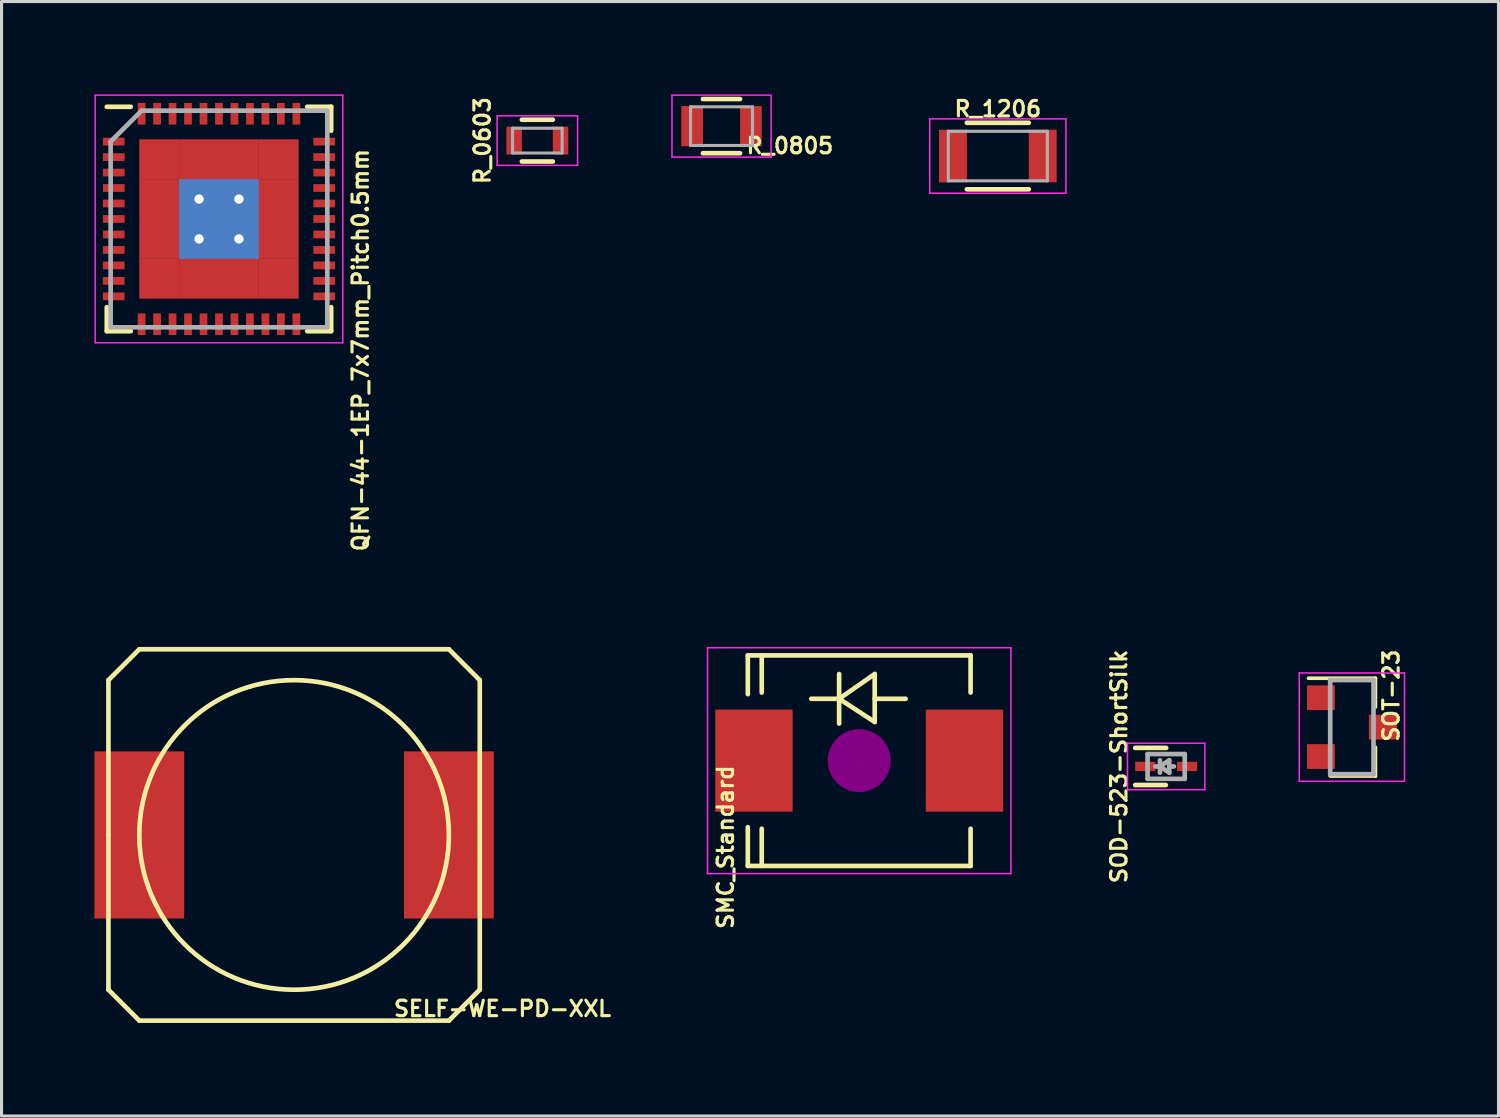
<source format=kicad_pcb>
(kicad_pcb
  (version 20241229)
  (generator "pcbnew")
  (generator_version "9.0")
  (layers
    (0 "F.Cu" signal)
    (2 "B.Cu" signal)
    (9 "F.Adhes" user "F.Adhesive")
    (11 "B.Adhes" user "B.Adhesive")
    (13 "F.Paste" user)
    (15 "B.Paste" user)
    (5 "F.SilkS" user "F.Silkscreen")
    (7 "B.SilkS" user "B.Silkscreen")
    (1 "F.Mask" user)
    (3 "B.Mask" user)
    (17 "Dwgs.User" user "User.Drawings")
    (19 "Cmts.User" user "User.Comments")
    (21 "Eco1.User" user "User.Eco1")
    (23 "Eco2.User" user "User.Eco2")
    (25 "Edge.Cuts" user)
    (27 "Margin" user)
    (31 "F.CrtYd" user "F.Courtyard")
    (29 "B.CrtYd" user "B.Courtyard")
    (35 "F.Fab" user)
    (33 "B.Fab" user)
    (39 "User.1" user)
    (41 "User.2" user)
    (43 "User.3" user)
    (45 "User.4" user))
  (footprint "SOT-23"
    (layer "F.Cu")
    (at 40.627 20.443)
    (property "Reference" "SOT-23" (at 1.27 -1.016 90) (layer "F.SilkS") (effects (font (size 0.5 0.5) (thickness 0.1))))
    (attr smd)
    (fp_line (start 0.76 -1.58) (end -1.4 -1.58) (stroke (width 0.12) (type solid)) (layer "F.SilkS"))
    (fp_line (start 0.76 -1.58) (end 0.76 -0.65) (stroke (width 0.12) (type solid)) (layer "F.SilkS"))
    (fp_line (start 0.76 1.58) (end -0.7 1.58) (stroke (width 0.12) (type solid)) (layer "F.SilkS"))
    (fp_line (start 0.76 1.58) (end 0.76 0.65) (stroke (width 0.12) (type solid)) (layer "F.SilkS"))
    (fp_line (start -1.7 -1.75) (end 1.7 -1.75) (stroke (width 0.05) (type solid)) (layer "F.CrtYd"))
    (fp_line (start -1.7 1.75) (end -1.7 -1.75) (stroke (width 0.05) (type solid)) (layer "F.CrtYd"))
    (fp_line (start 1.7 -1.75) (end 1.7 1.75) (stroke (width 0.05) (type solid)) (layer "F.CrtYd"))
    (fp_line (start 1.7 1.75) (end -1.7 1.75) (stroke (width 0.05) (type solid)) (layer "F.CrtYd"))
    (fp_line (start -0.7 -1.52) (end -0.7 1.52) (stroke (width 0.15) (type solid)) (layer "F.Fab"))
    (fp_line (start -0.7 -1.52) (end 0.7 -1.52) (stroke (width 0.15) (type solid)) (layer "F.Fab"))
    (fp_line (start -0.7 1.52) (end 0.7 1.52) (stroke (width 0.15) (type solid)) (layer "F.Fab"))
    (fp_line (start 0.7 -1.52) (end 0.7 1.52) (stroke (width 0.15) (type solid)) (layer "F.Fab"))
    (pad "1" smd rect (at -1 -0.95) (size 0.9 0.8) (layers "F.Cu" "F.Mask" "F.Paste"))
    (pad "2" smd rect (at -1 0.95) (size 0.9 0.8) (layers "F.Cu" "F.Mask" "F.Paste"))
    (pad "3" smd rect (at 1 0) (size 0.9 0.8) (layers "F.Cu" "F.Mask" "F.Paste")))
  (footprint "SELF-WE-PD-XXL"
    (layer "F.Cu")
    (at 6.452 23.926)
    (property "Reference" "SELF-WE-PD-XXL" (at 6.734 5.612 0) (layer "F.SilkS") (effects (font (size 0.5 0.5) (thickness 0.1))))
    (attr smd)
    (fp_line (start -5.999 -5.001) (end -5.001 -5.999) (stroke (width 0.15) (type solid)) (layer "F.SilkS"))
    (fp_line (start -5.999 0) (end -5.999 -5.001) (stroke (width 0.15) (type solid)) (layer "F.SilkS"))
    (fp_line (start -5.999 5.001) (end -5.999 0) (stroke (width 0.15) (type solid)) (layer "F.SilkS"))
    (fp_line (start -5.001 -5.999) (end 5.001 -5.999) (stroke (width 0.15) (type solid)) (layer "F.SilkS"))
    (fp_line (start -5.001 5.999) (end -5.999 5.001) (stroke (width 0.15) (type solid)) (layer "F.SilkS"))
    (fp_line (start 5.001 -5.999) (end 5.999 -5.001) (stroke (width 0.15) (type solid)) (layer "F.SilkS"))
    (fp_line (start 5.001 5.999) (end -5.001 5.999) (stroke (width 0.15) (type solid)) (layer "F.SilkS"))
    (fp_line (start 5.999 -5.001) (end 5.999 5.001) (stroke (width 0.15) (type solid)) (layer "F.SilkS"))
    (fp_line (start 5.999 5.001) (end 5.001 5.999) (stroke (width 0.15) (type solid)) (layer "F.SilkS"))
    (fp_circle (center 0 0) (end 0 -5.001) (stroke (width 0.15) (type solid)) (fill no) (layer "F.SilkS"))
    (fp_text user "" (at 0 0 0) (layer "F.SilkS") (effects (font (size 0.5 0.5) (thickness 0.1))))
    (pad "1" smd rect (at -5.001 0) (size 2.901 5.4) (layers "F.Cu" "F.Mask" "F.Paste"))
    (pad "2" smd rect (at 5.001 0) (size 2.901 5.4) (layers "F.Cu" "F.Mask" "F.Paste")))
  (footprint "SMC_Standard"
    (layer "F.Cu")
    (at 24.71 21.526)
    (property "Reference" "SMC_Standard" (at -4.318 2.794 90) (layer "F.SilkS") (effects (font (size 0.5 0.5) (thickness 0.1))))
    (attr smd)
    (fp_line (start -3.599 -3.401) (end -3.599 -2.149) (stroke (width 0.15) (type solid)) (layer "F.SilkS"))
    (fp_line (start -3.599 -3.401) (end 3.599 -3.401) (stroke (width 0.15) (type solid)) (layer "F.SilkS"))
    (fp_line (start -3.599 3.401) (end -3.599 2.149) (stroke (width 0.15) (type solid)) (layer "F.SilkS"))
    (fp_line (start -3.599 3.401) (end 3.599 3.401) (stroke (width 0.15) (type solid)) (layer "F.SilkS"))
    (fp_line (start -3.149 -3.401) (end -3.149 -2.2) (stroke (width 0.15) (type solid)) (layer "F.SilkS"))
    (fp_line (start -3.149 3.401) (end -3.149 2.2) (stroke (width 0.15) (type solid)) (layer "F.SilkS"))
    (fp_line (start -0.649 -2.799) (end -0.649 -1.199) (stroke (width 0.15) (type solid)) (layer "F.SilkS"))
    (fp_line (start -0.649 -1.999) (end -1.551 -1.999) (stroke (width 0.15) (type solid)) (layer "F.SilkS"))
    (fp_line (start -0.649 -1.999) (end 0.501 -2.799) (stroke (width 0.15) (type solid)) (layer "F.SilkS"))
    (fp_line (start -0.649 -1.999) (end 0.501 -1.25) (stroke (width 0.15) (type solid)) (layer "F.SilkS"))
    (fp_line (start 0.501 -1.999) (end 1.499 -1.999) (stroke (width 0.15) (type solid)) (layer "F.SilkS"))
    (fp_line (start 0.501 -1.25) (end 0.501 -2.799) (stroke (width 0.15) (type solid)) (layer "F.SilkS"))
    (fp_line (start 3.599 -3.401) (end 3.599 -2.2) (stroke (width 0.15) (type solid)) (layer "F.SilkS"))
    (fp_line (start 3.599 3.401) (end 3.599 2.2) (stroke (width 0.15) (type solid)) (layer "F.SilkS"))
    (fp_circle (center 0 0) (end 0.15 0.15) (stroke (width 0.381) (type solid)) (fill no) (layer "F.Adhes"))
    (fp_circle (center 0 0) (end 0.45 0.201) (stroke (width 0.381) (type solid)) (fill no) (layer "F.Adhes"))
    (fp_circle (center 0 0) (end 0.749 0.351) (stroke (width 0.381) (type solid)) (fill no) (layer "F.Adhes"))
    (fp_line (start -4.9 -3.65) (end 4.9 -3.65) (stroke (width 0.05) (type solid)) (layer "F.CrtYd"))
    (fp_line (start -4.9 3.65) (end -4.9 -3.65) (stroke (width 0.05) (type solid)) (layer "F.CrtYd"))
    (fp_line (start 4.9 -3.65) (end 4.9 3.65) (stroke (width 0.05) (type solid)) (layer "F.CrtYd"))
    (fp_line (start 4.9 3.65) (end -4.9 3.65) (stroke (width 0.05) (type solid)) (layer "F.CrtYd"))
    (pad "1" smd rect (at -3.401 0 90) (size 3.299 2.499) (layers "F.Cu" "F.Mask" "F.Paste"))
    (pad "2" smd rect (at 3.401 0 90) (size 3.299 2.499) (layers "F.Cu" "F.Mask" "F.Paste")))
  (footprint "R_0603"
    (layer "F.Cu")
    (at 14.311 1.493)
    (property "Reference" "R_0603" (at -1.778 0 270) (layer "F.SilkS") (effects (font (size 0.5 0.5) (thickness 0.1))))
    (attr smd)
    (fp_line (start -0.5 -0.675) (end 0.5 -0.675) (stroke (width 0.15) (type solid)) (layer "F.SilkS"))
    (fp_line (start 0.5 0.675) (end -0.5 0.675) (stroke (width 0.15) (type solid)) (layer "F.SilkS"))
    (fp_line (start -1.3 -0.8) (end -1.3 0.8) (stroke (width 0.05) (type solid)) (layer "F.CrtYd"))
    (fp_line (start -1.3 -0.8) (end 1.3 -0.8) (stroke (width 0.05) (type solid)) (layer "F.CrtYd"))
    (fp_line (start -1.3 0.8) (end 1.3 0.8) (stroke (width 0.05) (type solid)) (layer "F.CrtYd"))
    (fp_line (start 1.3 -0.8) (end 1.3 0.8) (stroke (width 0.05) (type solid)) (layer "F.CrtYd"))
    (fp_line (start -0.8 -0.4) (end 0.8 -0.4) (stroke (width 0.1) (type solid)) (layer "F.Fab"))
    (fp_line (start -0.8 0.4) (end -0.8 -0.4) (stroke (width 0.1) (type solid)) (layer "F.Fab"))
    (fp_line (start 0.8 -0.4) (end 0.8 0.4) (stroke (width 0.1) (type solid)) (layer "F.Fab"))
    (fp_line (start 0.8 0.4) (end -0.8 0.4) (stroke (width 0.1) (type solid)) (layer "F.Fab"))
    (pad "1" smd rect (at -0.75 0) (size 0.5 0.9) (layers "F.Cu" "F.Mask" "F.Paste"))
    (pad "2" smd rect (at 0.75 0) (size 0.5 0.9) (layers "F.Cu" "F.Mask" "F.Paste")))
  (footprint "R_1206"
    (layer "F.Cu")
    (at 29.189 1.992)
    (property "Reference" "R_1206" (at 0 -1.524 0) (layer "F.SilkS") (effects (font (size 0.5 0.5) (thickness 0.1))))
    (attr smd)
    (fp_line (start -1 -1.075) (end 1 -1.075) (stroke (width 0.15) (type solid)) (layer "F.SilkS"))
    (fp_line (start 1 1.075) (end -1 1.075) (stroke (width 0.15) (type solid)) (layer "F.SilkS"))
    (fp_line (start -2.2 -1.2) (end -2.2 1.2) (stroke (width 0.05) (type solid)) (layer "F.CrtYd"))
    (fp_line (start -2.2 -1.2) (end 2.2 -1.2) (stroke (width 0.05) (type solid)) (layer "F.CrtYd"))
    (fp_line (start -2.2 1.2) (end 2.2 1.2) (stroke (width 0.05) (type solid)) (layer "F.CrtYd"))
    (fp_line (start 2.2 -1.2) (end 2.2 1.2) (stroke (width 0.05) (type solid)) (layer "F.CrtYd"))
    (fp_line (start -1.6 -0.8) (end 1.6 -0.8) (stroke (width 0.1) (type solid)) (layer "F.Fab"))
    (fp_line (start -1.6 0.8) (end -1.6 -0.8) (stroke (width 0.1) (type solid)) (layer "F.Fab"))
    (fp_line (start 1.6 -0.8) (end 1.6 0.8) (stroke (width 0.1) (type solid)) (layer "F.Fab"))
    (fp_line (start 1.6 0.8) (end -1.6 0.8) (stroke (width 0.1) (type solid)) (layer "F.Fab"))
    (pad "1" smd rect (at -1.45 0) (size 0.9 1.7) (layers "F.Cu" "F.Mask" "F.Paste"))
    (pad "2" smd rect (at 1.45 0) (size 0.9 1.7) (layers "F.Cu" "F.Mask" "F.Paste")))
  (footprint "R_0805"
    (layer "F.Cu")
    (at 20.261 1.025)
    (property "Reference" "R_0805" (at 2.21 0.635 180) (layer "F.SilkS") (effects (font (size 0.5 0.5) (thickness 0.1))))
    (attr smd)
    (fp_line (start -0.6 -0.875) (end 0.6 -0.875) (stroke (width 0.15) (type solid)) (layer "F.SilkS"))
    (fp_line (start 0.6 0.875) (end -0.6 0.875) (stroke (width 0.15) (type solid)) (layer "F.SilkS"))
    (fp_line (start -1.6 -1) (end -1.6 1) (stroke (width 0.05) (type solid)) (layer "F.CrtYd"))
    (fp_line (start -1.6 -1) (end 1.6 -1) (stroke (width 0.05) (type solid)) (layer "F.CrtYd"))
    (fp_line (start -1.6 1) (end 1.6 1) (stroke (width 0.05) (type solid)) (layer "F.CrtYd"))
    (fp_line (start 1.6 -1) (end 1.6 1) (stroke (width 0.05) (type solid)) (layer "F.CrtYd"))
    (fp_line (start -1 -0.625) (end 1 -0.625) (stroke (width 0.1) (type solid)) (layer "F.Fab"))
    (fp_line (start -1 0.625) (end -1 -0.625) (stroke (width 0.1) (type solid)) (layer "F.Fab"))
    (fp_line (start 1 -0.625) (end 1 0.625) (stroke (width 0.1) (type solid)) (layer "F.Fab"))
    (fp_line (start 1 0.625) (end -1 0.625) (stroke (width 0.1) (type solid)) (layer "F.Fab"))
    (pad "1" smd rect (at -0.95 0) (size 0.7 1.3) (layers "F.Cu" "F.Mask" "F.Paste"))
    (pad "2" smd rect (at 0.95 0) (size 0.7 1.3) (layers "F.Cu" "F.Mask" "F.Paste")))
  (footprint "QFN-44-1EP_7x7mm_Pitch0.5mm"
    (layer "F.Cu")
    (at 4.025 4.025)
    (property "Reference" "QFN-44-1EP_7x7mm_Pitch0.5mm" (at 4.572 4.238 90) (layer "F.SilkS") (effects (font (size 0.5 0.5) (thickness 0.1))))
    (attr smd)
    (fp_line (start -3.625 -3.625) (end -2.85 -3.625) (stroke (width 0.15) (type solid)) (layer "F.SilkS"))
    (fp_line (start -3.625 3.625) (end -3.625 2.85) (stroke (width 0.15) (type solid)) (layer "F.SilkS"))
    (fp_line (start -3.625 3.625) (end -2.85 3.625) (stroke (width 0.15) (type solid)) (layer "F.SilkS"))
    (fp_line (start 3.625 -3.625) (end 2.85 -3.625) (stroke (width 0.15) (type solid)) (layer "F.SilkS"))
    (fp_line (start 3.625 -3.625) (end 3.625 -2.85) (stroke (width 0.15) (type solid)) (layer "F.SilkS"))
    (fp_line (start 3.625 3.625) (end 2.85 3.625) (stroke (width 0.15) (type solid)) (layer "F.SilkS"))
    (fp_line (start 3.625 3.625) (end 3.625 2.85) (stroke (width 0.15) (type solid)) (layer "F.SilkS"))
    (fp_line (start -4 -4) (end -4 4) (stroke (width 0.05) (type solid)) (layer "F.CrtYd"))
    (fp_line (start -4 -4) (end 4 -4) (stroke (width 0.05) (type solid)) (layer "F.CrtYd"))
    (fp_line (start -4 4) (end 4 4) (stroke (width 0.05) (type solid)) (layer "F.CrtYd"))
    (fp_line (start 4 -4) (end 4 4) (stroke (width 0.05) (type solid)) (layer "F.CrtYd"))
    (fp_line (start -3.5 -2.5) (end -2.5 -3.5) (stroke (width 0.15) (type solid)) (layer "F.Fab"))
    (fp_line (start -3.5 3.5) (end -3.5 -2.5) (stroke (width 0.15) (type solid)) (layer "F.Fab"))
    (fp_line (start -2.5 -3.5) (end 3.5 -3.5) (stroke (width 0.15) (type solid)) (layer "F.Fab"))
    (fp_line (start 3.5 -3.5) (end 3.5 3.5) (stroke (width 0.15) (type solid)) (layer "F.Fab"))
    (fp_line (start 3.5 3.5) (end -3.5 3.5) (stroke (width 0.15) (type solid)) (layer "F.Fab"))
    (pad "1" smd rect (at -3.4 -2.5) (size 0.7 0.25) (layers "F.Cu" "F.Mask" "F.Paste"))
    (pad "2" smd rect (at -3.4 -2) (size 0.7 0.25) (layers "F.Cu" "F.Mask" "F.Paste"))
    (pad "3" smd rect (at -3.4 -1.5) (size 0.7 0.25) (layers "F.Cu" "F.Mask" "F.Paste"))
    (pad "4" smd rect (at -3.4 -1) (size 0.7 0.25) (layers "F.Cu" "F.Mask" "F.Paste"))
    (pad "5" smd rect (at -3.4 -0.5) (size 0.7 0.25) (layers "F.Cu" "F.Mask" "F.Paste"))
    (pad "6" smd rect (at -3.4 0) (size 0.7 0.25) (layers "F.Cu" "F.Mask" "F.Paste"))
    (pad "7" smd rect (at -3.4 0.5) (size 0.7 0.25) (layers "F.Cu" "F.Mask" "F.Paste"))
    (pad "8" smd rect (at -3.4 1) (size 0.7 0.25) (layers "F.Cu" "F.Mask" "F.Paste"))
    (pad "9" smd rect (at -3.4 1.5) (size 0.7 0.25) (layers "F.Cu" "F.Mask" "F.Paste"))
    (pad "10" smd rect (at -3.4 2) (size 0.7 0.25) (layers "F.Cu" "F.Mask" "F.Paste"))
    (pad "11" smd rect (at -3.4 2.5) (size 0.7 0.25) (layers "F.Cu" "F.Mask" "F.Paste"))
    (pad "12" smd rect (at -2.5 3.4 90) (size 0.7 0.25) (layers "F.Cu" "F.Mask" "F.Paste"))
    (pad "13" smd rect (at -2 3.4 90) (size 0.7 0.25) (layers "F.Cu" "F.Mask" "F.Paste"))
    (pad "14" smd rect (at -1.5 3.4 90) (size 0.7 0.25) (layers "F.Cu" "F.Mask" "F.Paste"))
    (pad "15" smd rect (at -1.931 -1.931) (size 1.288 1.288) (layers "F.Cu" "F.Mask" "F.Paste"))
    (pad "15" smd rect (at -1.931 -0.644) (size 1.288 1.288) (layers "F.Cu" "F.Mask" "F.Paste"))
    (pad "15" smd rect (at -1.931 0.644) (size 1.288 1.288) (layers "F.Cu" "F.Mask" "F.Paste"))
    (pad "15" smd rect (at -1.931 1.931) (size 1.288 1.288) (layers "F.Cu" "F.Mask" "F.Paste"))
    (pad "15" smd rect (at -1 3.4 90) (size 0.7 0.25) (layers "F.Cu" "F.Mask" "F.Paste"))
    (pad "15" smd rect (at -0.644 -1.931) (size 1.288 1.288) (layers "F.Cu" "F.Mask" "F.Paste"))
    (pad "15" thru_hole rect (at -0.644 -0.644) (size 1.288 1.288) (drill 0.3) (layers "*.Cu" "F.Mask" "F.Paste"))
    (pad "15" thru_hole rect (at -0.644 0.644) (size 1.288 1.288) (drill 0.3) (layers "*.Cu" "F.Mask" "F.Paste"))
    (pad "15" smd rect (at -0.644 1.931) (size 1.288 1.288) (layers "F.Cu" "F.Mask" "F.Paste"))
    (pad "15" smd rect (at 0.644 -1.931) (size 1.288 1.288) (layers "F.Cu" "F.Mask" "F.Paste"))
    (pad "15" thru_hole rect (at 0.644 -0.644) (size 1.288 1.288) (drill 0.3) (layers "*.Cu" "F.Mask" "F.Paste"))
    (pad "15" thru_hole rect (at 0.644 0.644) (size 1.288 1.288) (drill 0.3) (layers "*.Cu" "F.Mask" "F.Paste"))
    (pad "15" smd rect (at 0.644 1.931) (size 1.288 1.288) (layers "F.Cu" "F.Mask" "F.Paste"))
    (pad "15" smd rect (at 1.931 -0.644) (size 1.288 1.288) (layers "F.Cu" "F.Mask" "F.Paste"))
    (pad "15" smd rect (at 1.931 0.644) (size 1.288 1.288) (layers "F.Cu" "F.Mask" "F.Paste"))
    (pad "15" smd rect (at 1.931 1.931) (size 1.288 1.288) (layers "F.Cu" "F.Mask" "F.Paste"))
    (pad "16" smd rect (at -0.5 3.4 90) (size 0.7 0.25) (layers "F.Cu" "F.Mask" "F.Paste"))
    (pad "17" smd rect (at 0 3.4 90) (size 0.7 0.25) (layers "F.Cu" "F.Mask" "F.Paste"))
    (pad "18" smd rect (at 0.5 3.4 90) (size 0.7 0.25) (layers "F.Cu" "F.Mask" "F.Paste"))
    (pad "19" smd rect (at 1 3.4 90) (size 0.7 0.25) (layers "F.Cu" "F.Mask" "F.Paste"))
    (pad "20" smd rect (at 1.5 3.4 90) (size 0.7 0.25) (layers "F.Cu" "F.Mask" "F.Paste"))
    (pad "21" smd rect (at 2 3.4 90) (size 0.7 0.25) (layers "F.Cu" "F.Mask" "F.Paste"))
    (pad "22" smd rect (at 2.5 3.4 90) (size 0.7 0.25) (layers "F.Cu" "F.Mask" "F.Paste"))
    (pad "23" smd rect (at 3.4 2.5) (size 0.7 0.25) (layers "F.Cu" "F.Mask" "F.Paste"))
    (pad "24" smd rect (at 3.4 2) (size 0.7 0.25) (layers "F.Cu" "F.Mask" "F.Paste"))
    (pad "25" smd rect (at 3.4 1.5) (size 0.7 0.25) (layers "F.Cu" "F.Mask" "F.Paste"))
    (pad "26" smd rect (at 3.4 1) (size 0.7 0.25) (layers "F.Cu" "F.Mask" "F.Paste"))
    (pad "27" smd rect (at 3.4 0.5) (size 0.7 0.25) (layers "F.Cu" "F.Mask" "F.Paste"))
    (pad "28" smd rect (at 3.4 0) (size 0.7 0.25) (layers "F.Cu" "F.Mask" "F.Paste"))
    (pad "29" smd rect (at 3.4 -0.5) (size 0.7 0.25) (layers "F.Cu" "F.Mask" "F.Paste"))
    (pad "30" smd rect (at 3.4 -1) (size 0.7 0.25) (layers "F.Cu" "F.Mask" "F.Paste"))
    (pad "31" smd rect (at 3.4 -1.5) (size 0.7 0.25) (layers "F.Cu" "F.Mask" "F.Paste"))
    (pad "32" smd rect (at 3.4 -2) (size 0.7 0.25) (layers "F.Cu" "F.Mask" "F.Paste"))
    (pad "33" smd rect (at 3.4 -2.5) (size 0.7 0.25) (layers "F.Cu" "F.Mask" "F.Paste"))
    (pad "34" smd rect (at 2.5 -3.4 90) (size 0.7 0.25) (layers "F.Cu" "F.Mask" "F.Paste"))
    (pad "35" smd rect (at 1.931 -1.931) (size 1.288 1.288) (layers "F.Cu" "F.Mask" "F.Paste"))
    (pad "35" smd rect (at 2 -3.4 90) (size 0.7 0.25) (layers "F.Cu" "F.Mask" "F.Paste"))
    (pad "36" smd rect (at 1.5 -3.4 90) (size 0.7 0.25) (layers "F.Cu" "F.Mask" "F.Paste"))
    (pad "37" smd rect (at 1 -3.4 90) (size 0.7 0.25) (layers "F.Cu" "F.Mask" "F.Paste"))
    (pad "38" smd rect (at 0.5 -3.4 90) (size 0.7 0.25) (layers "F.Cu" "F.Mask" "F.Paste"))
    (pad "39" smd rect (at 0 -3.4 90) (size 0.7 0.25) (layers "F.Cu" "F.Mask" "F.Paste"))
    (pad "40" smd rect (at -0.5 -3.4 90) (size 0.7 0.25) (layers "F.Cu" "F.Mask" "F.Paste"))
    (pad "41" smd rect (at -1 -3.4 90) (size 0.7 0.25) (layers "F.Cu" "F.Mask" "F.Paste"))
    (pad "42" smd rect (at -1.5 -3.4 90) (size 0.7 0.25) (layers "F.Cu" "F.Mask" "F.Paste"))
    (pad "43" smd rect (at -2 -3.4 90) (size 0.7 0.25) (layers "F.Cu" "F.Mask" "F.Paste"))
    (pad "44" smd rect (at -2.5 -3.4 90) (size 0.7 0.25) (layers "F.Cu" "F.Mask" "F.Paste")))
  (footprint "SOD-523-ShortSilk"
    (layer "F.Cu")
    (at 34.627 21.713)
    (property "Reference" "SOD-523-ShortSilk" (at -1.524 0 90) (layer "F.SilkS") (effects (font (size 0.5 0.5) (thickness 0.1))))
    (attr smd)
    (fp_line (start -0.01 0.6) (end -1 0.6) (stroke (width 0.15) (type solid)) (layer "F.SilkS"))
    (fp_line (start 0.000199 -0.6) (end -1 -0.6) (stroke (width 0.15) (type solid)) (layer "F.SilkS"))
    (fp_line (start -1.25 -0.75) (end 1.25 -0.75) (stroke (width 0.05) (type solid)) (layer "F.CrtYd"))
    (fp_line (start -1.25 0.75) (end -1.25 -0.75) (stroke (width 0.05) (type solid)) (layer "F.CrtYd"))
    (fp_line (start 1.25 -0.75) (end 1.25 0.75) (stroke (width 0.05) (type solid)) (layer "F.CrtYd"))
    (fp_line (start 1.25 0.75) (end -1.25 0.75) (stroke (width 0.05) (type solid)) (layer "F.CrtYd"))
    (fp_line (start -0.6 -0.4) (end 0.6 -0.4) (stroke (width 0.15) (type solid)) (layer "F.Fab"))
    (fp_line (start -0.6 0.4) (end -0.6 -0.4) (stroke (width 0.15) (type solid)) (layer "F.Fab"))
    (fp_line (start -0.2 0) (end -0.35 0) (stroke (width 0.15) (type solid)) (layer "F.Fab"))
    (fp_line (start -0.2 0) (end 0.1 0.2) (stroke (width 0.15) (type solid)) (layer "F.Fab"))
    (fp_line (start -0.2 0.2) (end -0.2 -0.2) (stroke (width 0.15) (type solid)) (layer "F.Fab"))
    (fp_line (start 0.1 -0.2) (end -0.2 0) (stroke (width 0.15) (type solid)) (layer "F.Fab"))
    (fp_line (start 0.1 0) (end 0.25 0) (stroke (width 0.15) (type solid)) (layer "F.Fab"))
    (fp_line (start 0.1 0.2) (end 0.1 -0.2) (stroke (width 0.15) (type solid)) (layer "F.Fab"))
    (fp_line (start 0.6 -0.4) (end 0.6 0.4) (stroke (width 0.15) (type solid)) (layer "F.Fab"))
    (fp_line (start 0.6 0.4) (end -0.6 0.4) (stroke (width 0.15) (type solid)) (layer "F.Fab"))
    (pad "1" smd rect (at -0.675 0 180) (size 0.65 0.3) (layers "F.Cu" "F.Mask" "F.Paste"))
    (pad "2" smd rect (at 0.675 0 180) (size 0.65 0.3) (layers "F.Cu" "F.Mask" "F.Paste")))
  (gr_rect
    (start -3 -3)
    (end 45.365 33.006)
    (stroke (width 0.1) (type default))
    (fill no)
    (layer "Edge.Cuts")))
</source>
